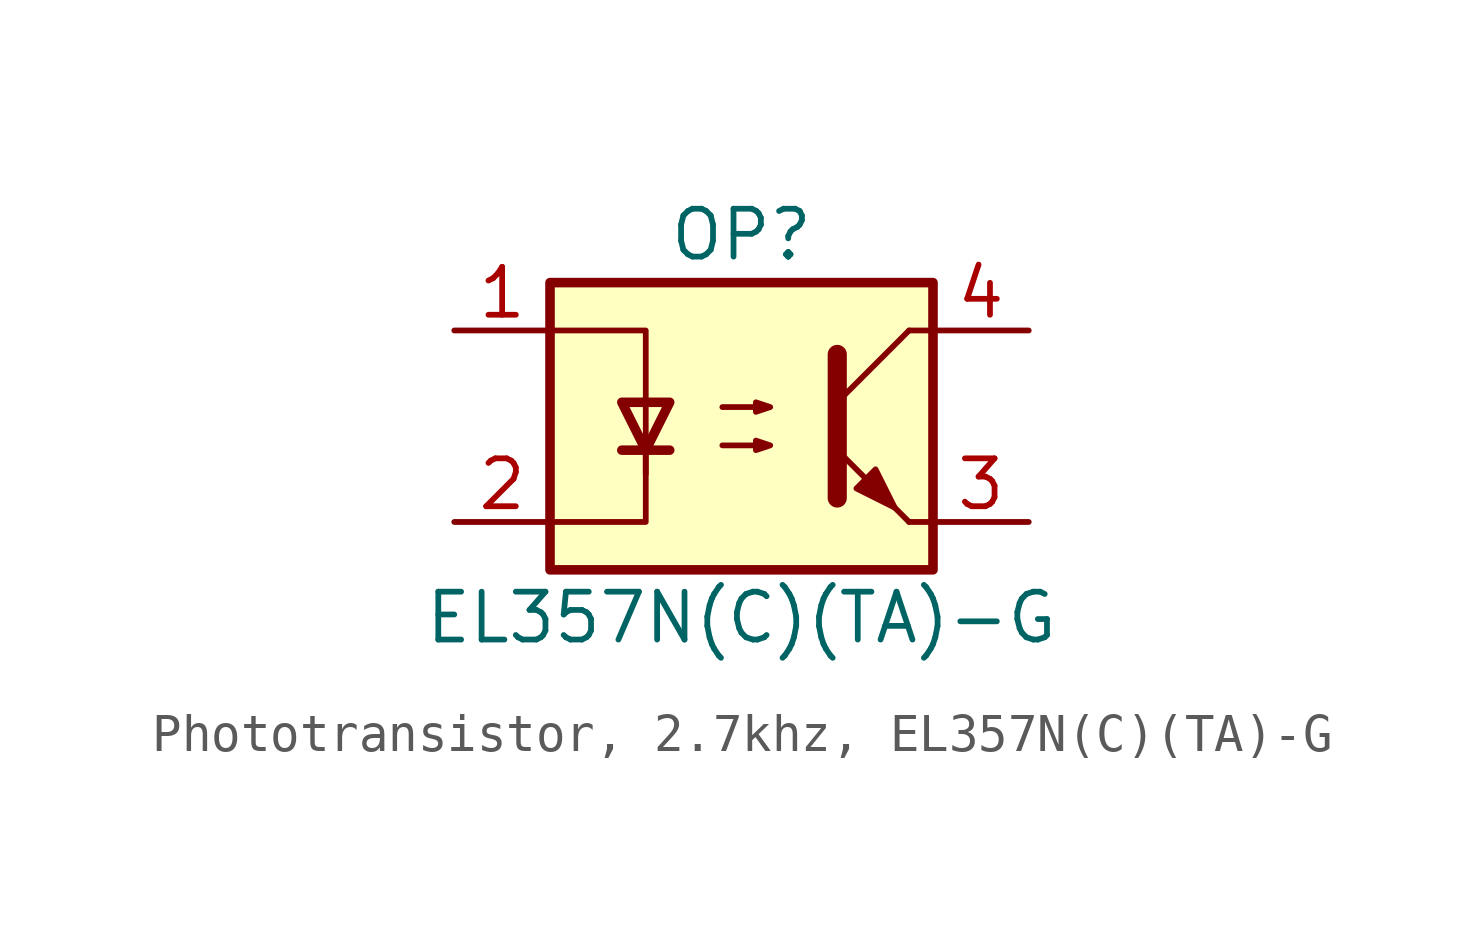
<source format=kicad_sym>
(kicad_symbol_lib
  (version 20231120)
  (generator "CDFER_Archive_Tool")
  (generator_version "0.0")
  (symbol "Phototransistor, 2.7khz, EL357N(C)(TA)-G"
    (property "Reference" "OP"
      (at 0 5.08 0)
      (effects (font (size 1.27 1.27))))
    (property "Value" "EL357N(C)(TA)-G"
      (at 0 -5.08 0)
      (effects (font (size 1.27 1.27))))
    (symbol "Phototransistor, 2.7khz, EL357N(C)(TA)-G_0_1"
      (rectangle (start -5.08 3.81) (end 5.08 -3.81) (stroke (width 0.254) (type default)) (fill (type background)))
      (polyline (pts (xy -3.175 -0.635) (xy -1.905 -0.635)) (stroke (width 0.254) (type default)) (fill (type none)))
      (polyline (pts (xy 2.54 0.635) (xy 4.445 2.54)) (stroke (width 0) (type default)) (fill (type none)))
      (polyline (pts (xy 4.445 -2.54) (xy 2.54 -0.635)) (stroke (width 0) (type default)) (fill (type outline)))
      (polyline (pts (xy 4.445 -2.54) (xy 5.08 -2.54)) (stroke (width 0) (type default)) (fill (type none)))
      (polyline (pts (xy 4.445 2.54) (xy 5.08 2.54)) (stroke (width 0) (type default)) (fill (type none)))
      (polyline (pts (xy -2.54 -0.635) (xy -2.54 -2.54) (xy -5.08 -2.54)) (stroke (width 0) (type default)) (fill (type none)))
      (polyline (pts (xy 2.54 1.905) (xy 2.54 -1.905) (xy 2.54 -1.905)) (stroke (width 0.508) (type default)) (fill (type none)))
      (polyline (pts (xy -5.08 2.54) (xy -2.54 2.54) (xy -2.54 -1.27) (xy -2.54 0.635)) (stroke (width 0) (type default)) (fill (type none)))
      (polyline (pts (xy -2.54 -0.635) (xy -3.175 0.635) (xy -1.905 0.635) (xy -2.54 -0.635)) (stroke (width 0.254) (type default)) (fill (type none)))
      (polyline (pts (xy -0.508 -0.508) (xy 0.762 -0.508) (xy 0.381 -0.635) (xy 0.381 -0.381) (xy 0.762 -0.508)) (stroke (width 0) (type default)) (fill (type none)))
      (polyline (pts (xy -0.508 0.508) (xy 0.762 0.508) (xy 0.381 0.381) (xy 0.381 0.635) (xy 0.762 0.508)) (stroke (width 0) (type default)) (fill (type none)))
      (polyline (pts (xy 3.048 -1.651) (xy 3.556 -1.143) (xy 4.064 -2.159) (xy 3.048 -1.651) (xy 3.048 -1.651)) (stroke (width 0) (type default)) (fill (type outline))))
    (symbol "Phototransistor, 2.7khz, EL357N(C)(TA)-G_1_1"
      (pin passive line (at -7.62 2.54 0) (length 2.54) (name "~" (effects (font (size 1.27 1.27)))) (number "1" (effects (font (size 1.27 1.27)))))
      (pin passive line (at -7.62 -2.54 0) (length 2.54) (name "~" (effects (font (size 1.27 1.27)))) (number "2" (effects (font (size 1.27 1.27)))))
      (pin passive line (at 7.62 -2.54 180) (length 2.54) (name "~" (effects (font (size 1.27 1.27)))) (number "3" (effects (font (size 1.27 1.27)))))
      (pin passive line (at 7.62 2.54 180) (length 2.54) (name "~" (effects (font (size 1.27 1.27)))) (number "4" (effects (font (size 1.27 1.27))))))))
</source>
